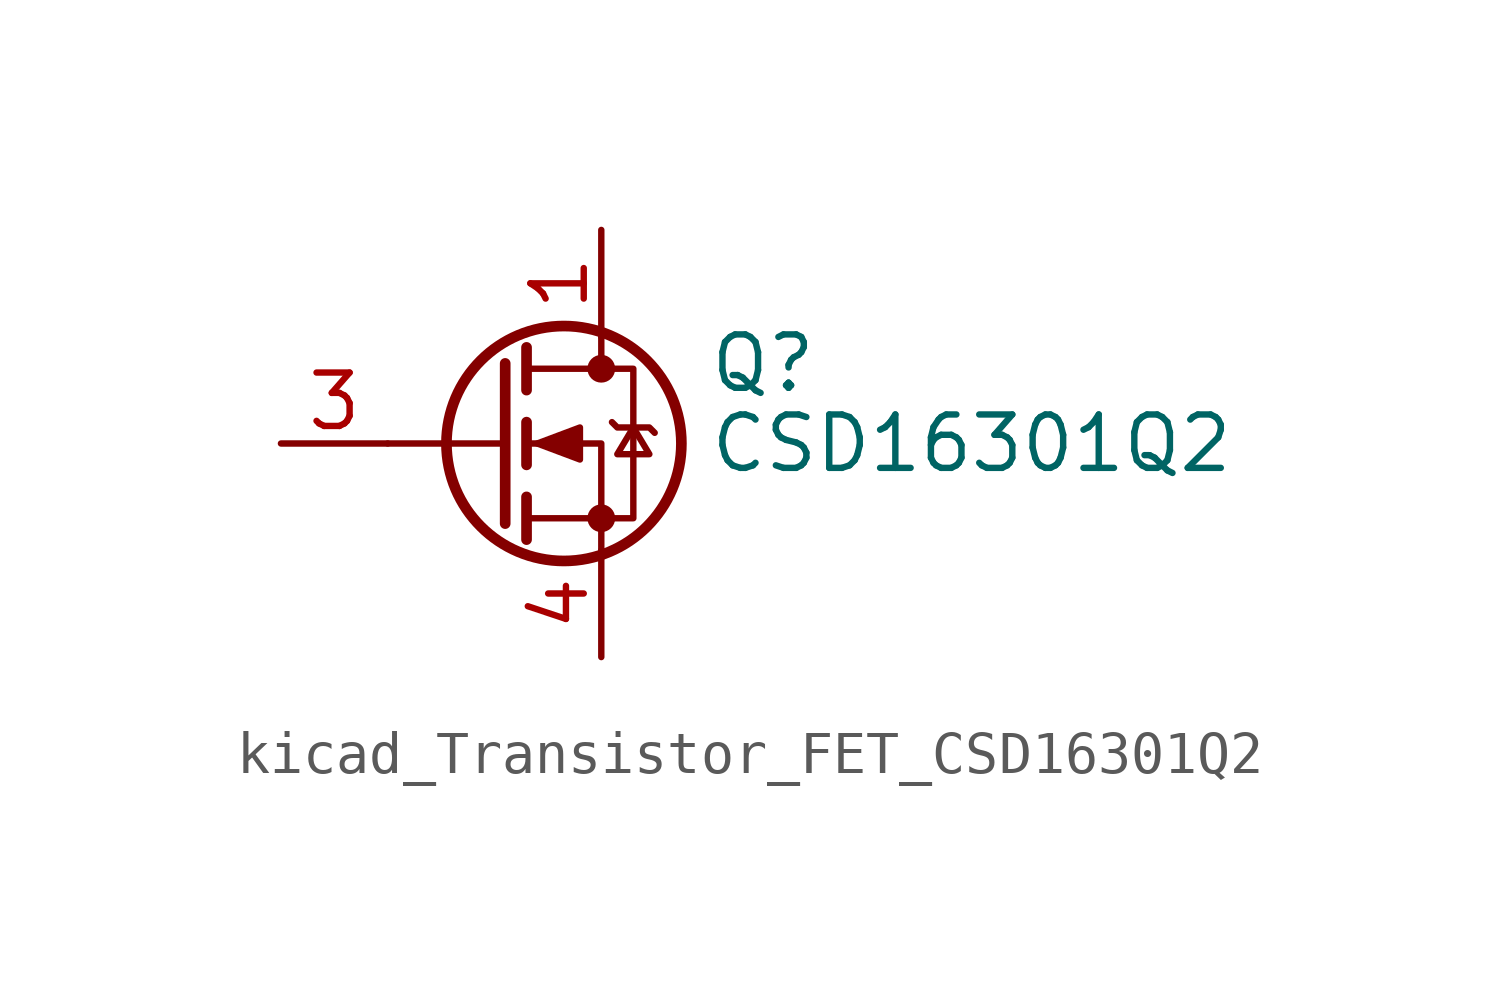
<source format=kicad_sym>
(kicad_symbol_lib
  (version 20220914)
  (generator kicad_symbol_editor)
  (symbol "kicad_Transistor_FET_CSD16301Q2"
    (pin_names hide)
    (property "Reference" "Q"
      (at 5.08 1.905 0)
      (effects (font (size 1.27 1.27)) (justify left)))
    (property "Value" "CSD16301Q2"
      (at 5.08 0 0)
      (effects (font (size 1.27 1.27)) (justify left)))
    (symbol "kicad_Transistor_FET_CSD16301Q2_0_1"
      (polyline (pts (xy 0.254 0) (xy -2.54 0)) (stroke (width 0) (type default)) (fill (type none)))
      (polyline (pts (xy 0.254 1.905) (xy 0.254 -1.905)) (stroke (width 0.254) (type default)) (fill (type none)))
      (polyline (pts (xy 0.762 -1.27) (xy 0.762 -2.286)) (stroke (width 0.254) (type default)) (fill (type none)))
      (polyline (pts (xy 0.762 0.508) (xy 0.762 -0.508)) (stroke (width 0.254) (type default)) (fill (type none)))
      (polyline (pts (xy 0.762 2.286) (xy 0.762 1.27)) (stroke (width 0.254) (type default)) (fill (type none)))
      (polyline (pts (xy 2.54 2.54) (xy 2.54 1.778)) (stroke (width 0) (type default)) (fill (type none)))
      (polyline (pts (xy 2.54 -2.54) (xy 2.54 0) (xy 0.762 0)) (stroke (width 0) (type default)) (fill (type none)))
      (polyline (pts (xy 0.762 -1.778) (xy 3.302 -1.778) (xy 3.302 1.778) (xy 0.762 1.778)) (stroke (width 0) (type default)) (fill (type none)))
      (polyline (pts (xy 1.016 0) (xy 2.032 0.381) (xy 2.032 -0.381) (xy 1.016 0)) (stroke (width 0) (type default)) (fill (type outline)))
      (polyline (pts (xy 2.794 0.508) (xy 2.921 0.381) (xy 3.683 0.381) (xy 3.81 0.254)) (stroke (width 0) (type default)) (fill (type none)))
      (polyline (pts (xy 3.302 0.381) (xy 2.921 -0.254) (xy 3.683 -0.254) (xy 3.302 0.381)) (stroke (width 0) (type default)) (fill (type none)))
      (circle (center 1.651 0) (radius 2.794) (stroke (width 0.254) (type default)) (fill (type none)))
      (circle (center 2.54 -1.778) (radius 0.254) (stroke (width 0) (type default)) (fill (type outline)))
      (circle (center 2.54 1.778) (radius 0.254) (stroke (width 0) (type default)) (fill (type outline))))
    (symbol "kicad_Transistor_FET_CSD16301Q2_1_1"
      (pin passive line (at 2.54 5.08 270) (length 2.54) (name "D" (effects (font (size 1.27 1.27)))) (number "1" (effects (font (size 1.27 1.27)))))
      (pin passive line (at 2.54 5.08 270) (length 2.54) hide (name "D" (effects (font (size 1.27 1.27)))) (number "2" (effects (font (size 1.27 1.27)))))
      (pin passive line (at -5.08 0 0) (length 2.54) (name "G" (effects (font (size 1.27 1.27)))) (number "3" (effects (font (size 1.27 1.27)))))
      (pin passive line (at 2.54 -5.08 90) (length 2.54) (name "S" (effects (font (size 1.27 1.27)))) (number "4" (effects (font (size 1.27 1.27)))))
      (pin passive line (at 2.54 5.08 270) (length 2.54) hide (name "D" (effects (font (size 1.27 1.27)))) (number "5" (effects (font (size 1.27 1.27)))))
      (pin passive line (at 2.54 5.08 270) (length 2.54) hide (name "D" (effects (font (size 1.27 1.27)))) (number "6" (effects (font (size 1.27 1.27)))))
      (pin passive line (at 2.54 -5.08 90) (length 2.54) hide (name "S" (effects (font (size 1.27 1.27)))) (number "7" (effects (font (size 1.27 1.27)))))
      (pin passive line (at 2.54 5.08 270) (length 2.54) hide (name "D" (effects (font (size 1.27 1.27)))) (number "8" (effects (font (size 1.27 1.27))))))))
</source>
